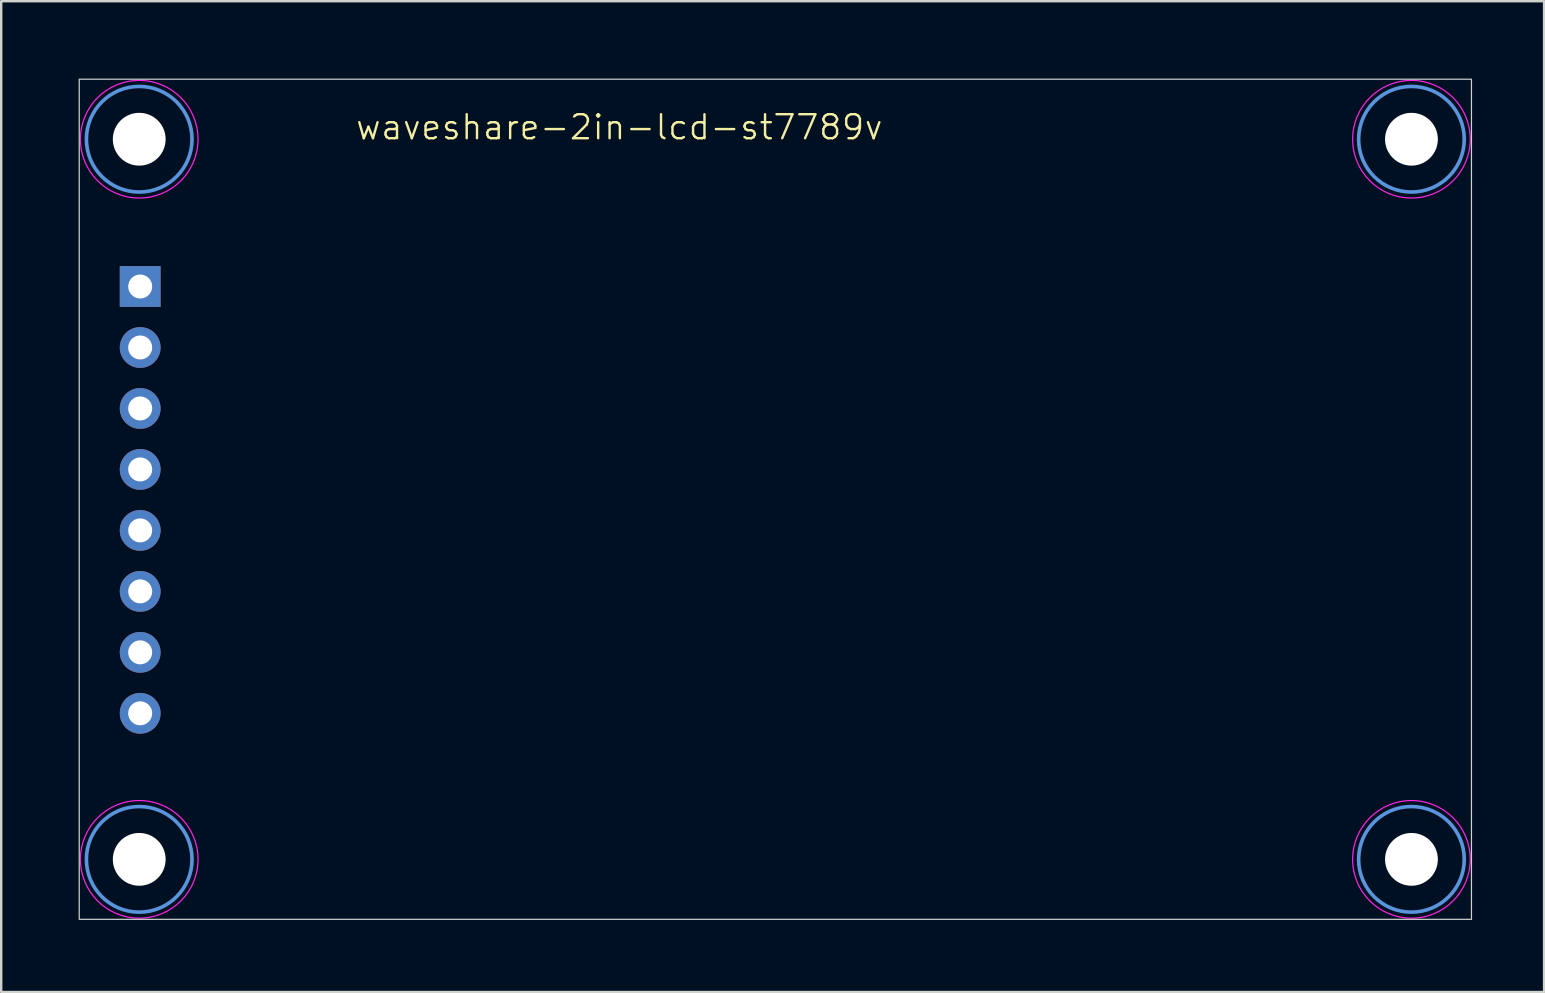
<source format=kicad_pcb>
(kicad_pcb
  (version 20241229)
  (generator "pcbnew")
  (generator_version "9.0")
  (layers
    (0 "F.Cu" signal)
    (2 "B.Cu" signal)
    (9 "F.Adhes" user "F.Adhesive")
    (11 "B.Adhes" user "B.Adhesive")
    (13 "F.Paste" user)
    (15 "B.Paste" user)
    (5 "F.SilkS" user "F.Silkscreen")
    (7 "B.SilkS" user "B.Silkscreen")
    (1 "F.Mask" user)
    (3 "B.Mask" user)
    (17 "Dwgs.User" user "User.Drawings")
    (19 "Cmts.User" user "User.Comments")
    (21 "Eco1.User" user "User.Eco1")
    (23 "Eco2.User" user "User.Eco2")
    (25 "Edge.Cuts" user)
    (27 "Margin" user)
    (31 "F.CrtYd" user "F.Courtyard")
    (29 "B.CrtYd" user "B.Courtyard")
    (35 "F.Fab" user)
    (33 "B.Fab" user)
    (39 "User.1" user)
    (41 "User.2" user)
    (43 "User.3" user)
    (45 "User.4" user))
  (footprint "waveshare-2in-lcd-st7789v"
    (layer "F.Cu")
    (at 0.25 0.25)
    (property "Reference" "waveshare-2in-lcd-st7789v" (at 22.5 2 0) (unlocked yes) (layer "F.SilkS") (effects (font (size 1 1) (thickness 0.1))))
    (attr through_hole)
    (fp_circle (center 2.5 2.5) (end 4.7 2.5) (stroke (width 0.15) (type solid)) (fill no) (layer "Cmts.User"))
    (fp_circle (center 2.5 32.5) (end 4.7 32.5) (stroke (width 0.15) (type solid)) (fill no) (layer "Cmts.User"))
    (fp_circle (center 55.5 2.5) (end 57.7 2.5) (stroke (width 0.15) (type solid)) (fill no) (layer "Cmts.User"))
    (fp_circle (center 55.5 32.5) (end 57.7 32.5) (stroke (width 0.15) (type solid)) (fill no) (layer "Cmts.User"))
    (fp_rect (start 0 0) (end 58 35) (stroke (width 0.05) (type default)) (fill no) (layer "Edge.Cuts"))
    (fp_circle (center 2.5 2.5) (end 4.95 2.5) (stroke (width 0.05) (type solid)) (fill no) (layer "F.CrtYd"))
    (fp_circle (center 2.5 32.5) (end 4.95 32.5) (stroke (width 0.05) (type solid)) (fill no) (layer "F.CrtYd"))
    (fp_circle (center 55.5 2.5) (end 57.95 2.5) (stroke (width 0.05) (type solid)) (fill no) (layer "F.CrtYd"))
    (fp_circle (center 55.5 32.5) (end 57.95 32.5) (stroke (width 0.05) (type solid)) (fill no) (layer "F.CrtYd"))
    (pad "" np_thru_hole circle (at 2.5 2.5) (size 2.2 2.2) (drill 2.2) (layers "*.Cu" "*.Mask"))
    (pad "" np_thru_hole circle (at 2.5 32.5) (size 2.2 2.2) (drill 2.2) (layers "*.Cu" "*.Mask"))
    (pad "" np_thru_hole circle (at 55.5 2.5) (size 2.2 2.2) (drill 2.2) (layers "*.Cu" "*.Mask"))
    (pad "" np_thru_hole circle (at 55.5 32.5) (size 2.2 2.2) (drill 2.2) (layers "*.Cu" "*.Mask"))
    (pad "1" thru_hole rect (at 2.54 8.636) (size 1.7 1.7) (drill 1) (layers "*.Cu" "*.Mask"))
    (pad "2" thru_hole oval (at 2.54 11.176) (size 1.7 1.7) (drill 1) (layers "*.Cu" "*.Mask"))
    (pad "3" thru_hole oval (at 2.54 13.716) (size 1.7 1.7) (drill 1) (layers "*.Cu" "*.Mask"))
    (pad "4" thru_hole oval (at 2.54 16.256) (size 1.7 1.7) (drill 1) (layers "*.Cu" "*.Mask"))
    (pad "5" thru_hole oval (at 2.54 18.796) (size 1.7 1.7) (drill 1) (layers "*.Cu" "*.Mask"))
    (pad "6" thru_hole oval (at 2.54 21.336) (size 1.7 1.7) (drill 1) (layers "*.Cu" "*.Mask"))
    (pad "7" thru_hole oval (at 2.54 23.876) (size 1.7 1.7) (drill 1) (layers "*.Cu" "*.Mask"))
    (pad "8" thru_hole oval (at 2.54 26.416) (size 1.7 1.7) (drill 1) (layers "*.Cu" "*.Mask")))
  (gr_rect
    (start -3 -3)
    (end 61.275 38.275)
    (stroke (width 0.1) (type default))
    (fill no)
    (layer "Edge.Cuts")))
</source>
